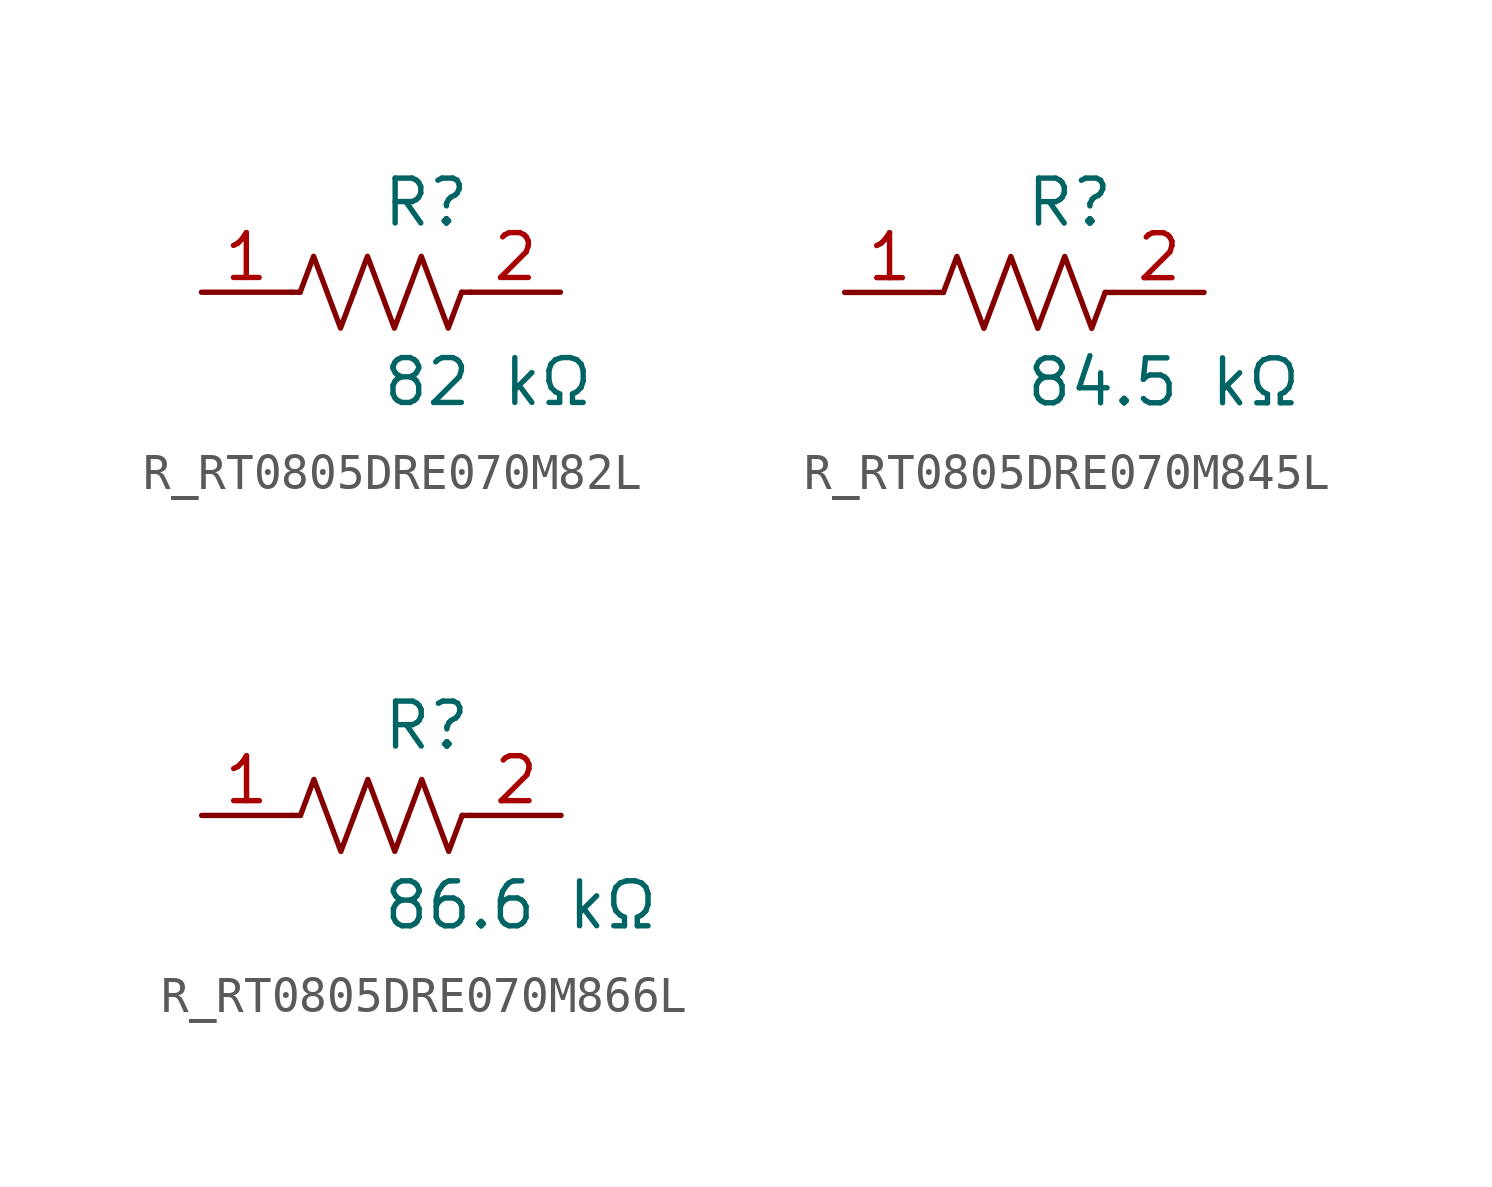
<source format=kicad_sym>
(kicad_symbol_lib
  (version 20231120)
  (generator kicad_symbol_editor)
  (generator_version 8.0)
  (symbol "R_RT0805DRE070M82L"
    (pin_names
      (offset 0.254))
    (property "Reference" "R"
      (at 0.0 2.54 0)
      (effects (font (size 1.27 1.27)) (justify left)))
    (property "Value" "82 kΩ"
      (at 0.0 -2.54 0)
      (effects (font (size 1.27 1.27)) (justify left)))
    (symbol "R_RT0805DRE070M82L_0_1"
      (polyline (pts (xy 2.286 0) (xy 2.54 0)) (stroke (width 0) (type default)) (fill (type none)))
      (polyline (pts (xy -2.286 0) (xy -2.54 0)) (stroke (width 0) (type default)) (fill (type none)))
      (polyline (pts (xy 0.762 0) (xy 1.143 1.016) (xy 1.524 0) (xy 1.905 -1.016) (xy 2.286 0)) (stroke (width 0) (type default)) (fill (type none)))
      (polyline (pts (xy -0.762 0) (xy -0.381 1.016) (xy 0 0) (xy 0.381 -1.016) (xy 0.762 0)) (stroke (width 0) (type default)) (fill (type none)))
      (polyline (pts (xy -2.286 0) (xy -1.905 1.016) (xy -1.524 0) (xy -1.143 -1.016) (xy -0.762 0)) (stroke (width 0) (type default)) (fill (type none))))
    (pin unspecified line
      (at -5.08 0 0)
      (length 2.54)
      (name "" (effects (font (size 1.27 1.27))))
      (number "1" (effects (font (size 1.27 1.27)))))
    (pin unspecified line
      (at 5.08 0 180)
      (length 2.54)
      (name "" (effects (font (size 1.27 1.27))))
      (number "2" (effects (font (size 1.27 1.27))))))
  (symbol "R_RT0805DRE070M845L"
    (pin_names
      (offset 0.254))
    (property "Reference" "R"
      (at 0.0 2.54 0)
      (effects (font (size 1.27 1.27)) (justify left)))
    (property "Value" "84.5 kΩ"
      (at 0.0 -2.54 0)
      (effects (font (size 1.27 1.27)) (justify left)))
    (symbol "R_RT0805DRE070M845L_0_1"
      (polyline (pts (xy 2.286 0) (xy 2.54 0)) (stroke (width 0) (type default)) (fill (type none)))
      (polyline (pts (xy -2.286 0) (xy -2.54 0)) (stroke (width 0) (type default)) (fill (type none)))
      (polyline (pts (xy 0.762 0) (xy 1.143 1.016) (xy 1.524 0) (xy 1.905 -1.016) (xy 2.286 0)) (stroke (width 0) (type default)) (fill (type none)))
      (polyline (pts (xy -0.762 0) (xy -0.381 1.016) (xy 0 0) (xy 0.381 -1.016) (xy 0.762 0)) (stroke (width 0) (type default)) (fill (type none)))
      (polyline (pts (xy -2.286 0) (xy -1.905 1.016) (xy -1.524 0) (xy -1.143 -1.016) (xy -0.762 0)) (stroke (width 0) (type default)) (fill (type none))))
    (pin unspecified line
      (at -5.08 0 0)
      (length 2.54)
      (name "" (effects (font (size 1.27 1.27))))
      (number "1" (effects (font (size 1.27 1.27)))))
    (pin unspecified line
      (at 5.08 0 180)
      (length 2.54)
      (name "" (effects (font (size 1.27 1.27))))
      (number "2" (effects (font (size 1.27 1.27))))))
  (symbol "R_RT0805DRE070M866L"
    (pin_names
      (offset 0.254))
    (property "Reference" "R"
      (at 0.0 2.54 0)
      (effects (font (size 1.27 1.27)) (justify left)))
    (property "Value" "86.6 kΩ"
      (at 0.0 -2.54 0)
      (effects (font (size 1.27 1.27)) (justify left)))
    (symbol "R_RT0805DRE070M866L_0_1"
      (polyline (pts (xy 2.286 0) (xy 2.54 0)) (stroke (width 0) (type default)) (fill (type none)))
      (polyline (pts (xy -2.286 0) (xy -2.54 0)) (stroke (width 0) (type default)) (fill (type none)))
      (polyline (pts (xy 0.762 0) (xy 1.143 1.016) (xy 1.524 0) (xy 1.905 -1.016) (xy 2.286 0)) (stroke (width 0) (type default)) (fill (type none)))
      (polyline (pts (xy -0.762 0) (xy -0.381 1.016) (xy 0 0) (xy 0.381 -1.016) (xy 0.762 0)) (stroke (width 0) (type default)) (fill (type none)))
      (polyline (pts (xy -2.286 0) (xy -1.905 1.016) (xy -1.524 0) (xy -1.143 -1.016) (xy -0.762 0)) (stroke (width 0) (type default)) (fill (type none))))
    (pin unspecified line
      (at -5.08 0 0)
      (length 2.54)
      (name "" (effects (font (size 1.27 1.27))))
      (number "1" (effects (font (size 1.27 1.27)))))
    (pin unspecified line
      (at 5.08 0 180)
      (length 2.54)
      (name "" (effects (font (size 1.27 1.27))))
      (number "2" (effects (font (size 1.27 1.27)))))))
</source>
